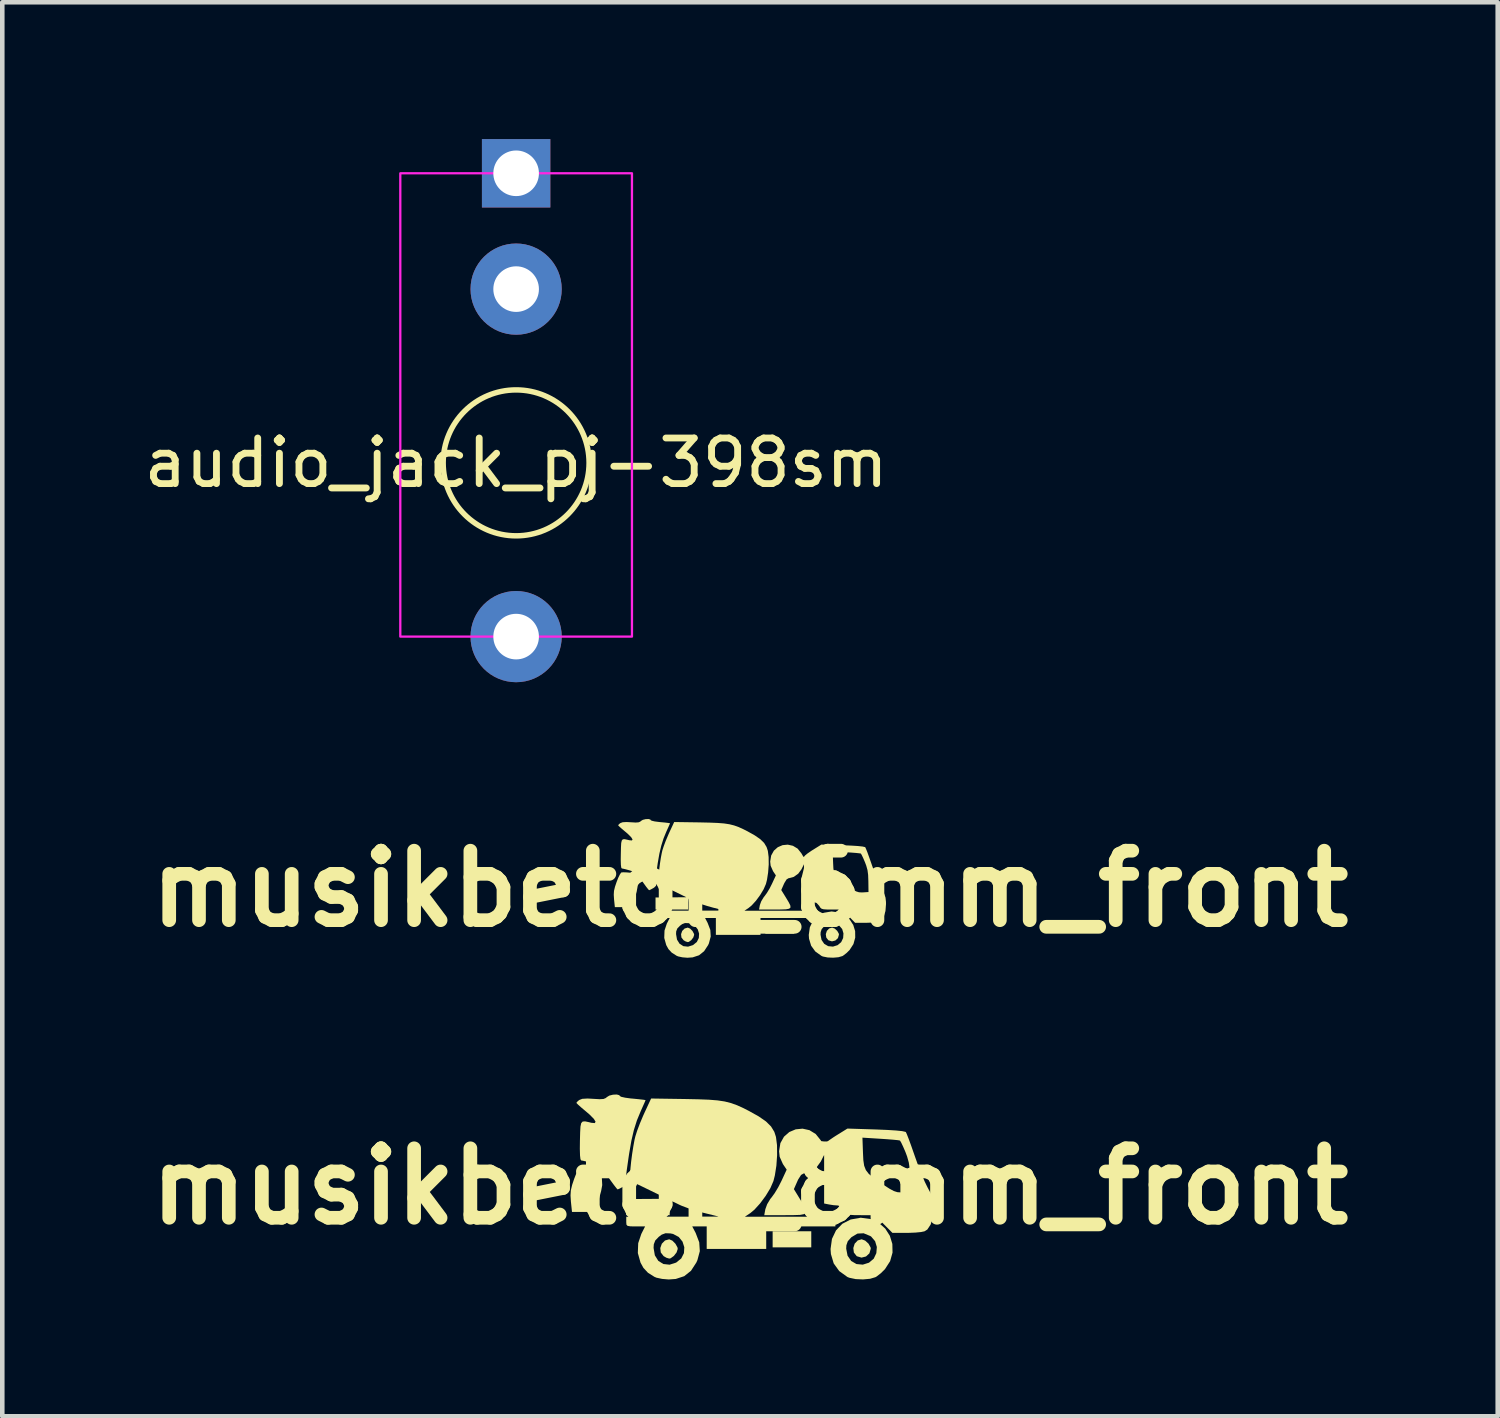
<source format=kicad_pcb>
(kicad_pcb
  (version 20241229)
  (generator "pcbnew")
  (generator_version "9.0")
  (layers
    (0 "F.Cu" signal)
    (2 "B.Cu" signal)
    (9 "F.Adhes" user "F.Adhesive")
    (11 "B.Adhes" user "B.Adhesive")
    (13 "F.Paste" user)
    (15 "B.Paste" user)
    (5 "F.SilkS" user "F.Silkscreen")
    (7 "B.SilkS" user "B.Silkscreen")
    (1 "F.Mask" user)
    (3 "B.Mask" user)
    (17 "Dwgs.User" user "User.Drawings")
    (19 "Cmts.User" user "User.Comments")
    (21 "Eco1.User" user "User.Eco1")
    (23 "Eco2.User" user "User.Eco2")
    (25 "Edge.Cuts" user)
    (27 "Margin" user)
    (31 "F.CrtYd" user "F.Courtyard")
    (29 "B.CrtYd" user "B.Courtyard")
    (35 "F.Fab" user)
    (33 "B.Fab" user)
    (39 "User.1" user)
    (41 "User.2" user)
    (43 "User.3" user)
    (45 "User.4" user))
  (footprint "audio_jack_pj-398sm"
    (layer "F.Cu")
    (at 8.268 10.91)
    (property "Reference" "audio_jack_pj-398sm" (at 0 -3.81 0) (unlocked yes) (layer "F.SilkS") (effects (font (size 1 1) (thickness 0.15))))
    (attr through_hole)
    (fp_circle (center 0 -3.81) (end 1.6 -3.81) (stroke (width 0.12) (type solid)) (fill no) (layer "F.SilkS"))
    (fp_rect (start -2.54 -10.16) (end 2.54 0) (stroke (width 0.05) (type solid)) (fill no) (layer "F.CrtYd"))
    (pad "S" thru_hole rect (at 0 -10.16) (size 1.5 1.5) (drill 1) (layers "*.Cu" "*.Mask"))
    (pad "T" thru_hole circle (at 0 0) (size 2 2) (drill 1) (layers "*.Cu" "*.Mask"))
    (pad "TN" thru_hole circle (at 0 -7.62) (size 2 2) (drill 1) (layers "*.Cu" "*.Mask")))
  (footprint "musikbeton_6mm_front"
    (layer "F.Cu")
    (at 13.397 16.439)
    (property "Reference" "musikbeton_6mm_front" (at 0 0 0) (layer "F.SilkS") (effects (font (size 1.524 1.524) (thickness 0.3))))
    (attr board_only exclude_from_pos_files exclude_from_bom)
    (fp_poly (pts (xy 0.971 0.985) (xy 0.336 0.985) (xy 0.336 0.72) (xy 0.971 0.72)) (stroke (width 0) (type solid)) (fill yes) (layer "F.SilkS"))
    (fp_poly (pts (xy 1.858 0.874) (xy 1.913 0.925) (xy 1.947 0.986) (xy 1.95 1.006) (xy 1.928 1.083) (xy 1.871 1.135) (xy 1.797 1.154) (xy 1.722 1.131) (xy 1.718 1.129) (xy 1.672 1.07) (xy 1.662 0.996) (xy 1.685 0.924) (xy 1.735 0.871) (xy 1.8 0.852)) (stroke (width 0) (type solid)) (fill yes) (layer "F.SilkS"))
    (fp_poly (pts (xy -1.314 0.874) (xy -1.263 0.925) (xy -1.23 0.986) (xy -1.225 1.011) (xy -1.244 1.069) (xy -1.289 1.127) (xy -1.342 1.165) (xy -1.365 1.17) (xy -1.411 1.156) (xy -1.457 1.129) (xy -1.504 1.069) (xy -1.512 0.996) (xy -1.487 0.925) (xy -1.434 0.872) (xy -1.365 0.852)) (stroke (width 0) (type solid)) (fill yes) (layer "F.SilkS"))
    (fp_poly (pts (xy -2.699 -0.358) (xy -2.642 -0.353) (xy -2.499 -0.335) (xy -2.475 -0.198) (xy -2.467 -0.039) (xy -2.485 0.059) (xy -2.513 0.163) (xy -2.542 0.27) (xy -2.547 0.29) (xy -2.577 0.403) (xy -2.964 0.403) (xy -2.982 0.23) (xy -2.988 0.131) (xy -2.983 0.047) (xy -2.961 -0.044) (xy -2.928 -0.142) (xy -2.891 -0.238) (xy -2.854 -0.313) (xy -2.826 -0.354) (xy -2.821 -0.357) (xy -2.776 -0.361)) (stroke (width 0) (type solid)) (fill yes) (layer "F.SilkS"))
    (fp_poly (pts (xy 1.948 0.52) (xy 2.081 0.582) (xy 2.188 0.676) (xy 2.264 0.795) (xy 2.305 0.929) (xy 2.307 1.071) (xy 2.268 1.213) (xy 2.183 1.344) (xy 2.116 1.41) (xy 2.046 1.464) (xy 2.027 1.476) (xy 1.938 1.502) (xy 1.823 1.512) (xy 1.702 1.507) (xy 1.598 1.486) (xy 1.566 1.472) (xy 1.431 1.375) (xy 1.34 1.249) (xy 1.294 1.096) (xy 1.288 1.011) (xy 1.289 1.007) (xy 1.546 1.007) (xy 1.568 1.122) (xy 1.627 1.208) (xy 1.714 1.259) (xy 1.819 1.269) (xy 1.921 1.237) (xy 1.999 1.171) (xy 2.042 1.08) (xy 2.049 0.979) (xy 2.021 0.884) (xy 1.956 0.808) (xy 1.942 0.798) (xy 1.832 0.753) (xy 1.731 0.759) (xy 1.635 0.816) (xy 1.629 0.821) (xy 1.572 0.884) (xy 1.549 0.951) (xy 1.546 1.007) (xy 1.289 1.007) (xy 1.312 0.845) (xy 1.378 0.706) (xy 1.482 0.598) (xy 1.618 0.527) (xy 1.781 0.499) (xy 1.791 0.498)) (stroke (width 0) (type solid)) (fill yes) (layer "F.SilkS"))
    (fp_poly (pts (xy -2.186 -1.518) (xy -2.178 -1.504) (xy -2.153 -1.491) (xy -2.089 -1.476) (xy -1.996 -1.464) (xy -1.966 -1.461) (xy -1.868 -1.452) (xy -1.794 -1.443) (xy -1.756 -1.437) (xy -1.754 -1.436) (xy -1.764 -1.411) (xy -1.791 -1.35) (xy -1.829 -1.266) (xy -1.835 -1.253) (xy -1.897 -1.102) (xy -1.946 -0.945) (xy -1.988 -0.768) (xy -2.025 -0.556) (xy -2.034 -0.491) (xy -2.053 -0.359) (xy -2.065 -0.269) (xy -2.072 -0.21) (xy -2.072 -0.173) (xy -2.069 -0.146) (xy -2.061 -0.12) (xy -2.059 -0.113) (xy -2.06 -0.067) (xy -2.102 -0.026) (xy -2.121 -0.014) (xy -2.177 0.017) (xy -2.212 0.032) (xy -2.213 0.032) (xy -2.233 0.012) (xy -2.276 -0.042) (xy -2.333 -0.121) (xy -2.364 -0.165) (xy -2.432 -0.261) (xy -2.484 -0.323) (xy -2.533 -0.361) (xy -2.589 -0.387) (xy -2.641 -0.403) (xy -2.724 -0.426) (xy -2.788 -0.441) (xy -2.811 -0.444) (xy -2.824 -0.464) (xy -2.832 -0.527) (xy -2.835 -0.636) (xy -2.833 -0.768) (xy -2.83 -0.908) (xy -2.825 -1.002) (xy -2.812 -1.058) (xy -2.789 -1.084) (xy -2.749 -1.087) (xy -2.688 -1.074) (xy -2.647 -1.064) (xy -2.59 -1.059) (xy -2.576 -1.081) (xy -2.605 -1.128) (xy -2.675 -1.199) (xy -2.733 -1.249) (xy -2.808 -1.312) (xy -2.864 -1.362) (xy -2.891 -1.39) (xy -2.892 -1.392) (xy -2.874 -1.415) (xy -2.846 -1.438) (xy -2.795 -1.458) (xy -2.709 -1.463) (xy -2.614 -1.458) (xy -2.51 -1.452) (xy -2.446 -1.456) (xy -2.408 -1.471) (xy -2.392 -1.486) (xy -2.351 -1.511) (xy -2.29 -1.526) (xy -2.228 -1.529)) (stroke (width 0) (type solid)) (fill yes) (layer "F.SilkS"))
    (fp_poly (pts (xy -1.107 -1.455) (xy -0.888 -1.45) (xy -0.712 -1.443) (xy -0.57 -1.432) (xy -0.452 -1.414) (xy -0.348 -1.388) (xy -0.248 -1.352) (xy -0.143 -1.304) (xy -0.058 -1.261) (xy 0.106 -1.169) (xy 0.227 -1.085) (xy 0.31 -1.003) (xy 0.363 -0.915) (xy 0.391 -0.83) (xy 0.408 -0.696) (xy 0.41 -0.531) (xy 0.397 -0.358) (xy 0.372 -0.196) (xy 0.349 -0.105) (xy 0.299 0.01) (xy 0.222 0.138) (xy 0.131 0.262) (xy 0.036 0.366) (xy -0.032 0.422) (xy -0.122 0.482) (xy 1.368 0.482) (xy 1.368 0.641) (xy 0.23 0.641) (xy 0.23 1.011) (xy -0.749 1.011) (xy -0.749 0.641) (xy -0.986 0.641) (xy -0.93 0.748) (xy -0.871 0.902) (xy -0.862 1.047) (xy -0.901 1.196) (xy -0.919 1.236) (xy -1.007 1.37) (xy -1.118 1.459) (xy -1.258 1.505) (xy -1.373 1.513) (xy -1.482 1.504) (xy -1.575 1.484) (xy -1.609 1.47) (xy -1.716 1.402) (xy -1.789 1.323) (xy -1.837 1.236) (xy -1.881 1.079) (xy -1.878 0.994) (xy -1.622 0.994) (xy -1.601 1.116) (xy -1.545 1.206) (xy -1.462 1.259) (xy -1.359 1.27) (xy -1.251 1.236) (xy -1.167 1.168) (xy -1.123 1.08) (xy -1.117 0.984) (xy -1.146 0.891) (xy -1.208 0.814) (xy -1.301 0.765) (xy -1.346 0.755) (xy -1.426 0.752) (xy -1.488 0.776) (xy -1.537 0.812) (xy -1.595 0.872) (xy -1.619 0.935) (xy -1.622 0.994) (xy -1.878 0.994) (xy -1.875 0.916) (xy -1.824 0.764) (xy -1.761 0.641) (xy -1.917 0.641) (xy -2.003 0.64) (xy -2.05 0.632) (xy -2.068 0.611) (xy -2.072 0.571) (xy -2.072 0.561) (xy -2.072 0.482) (xy -1.311 0.48) (xy -0.55 0.479) (xy -0.808 0.415) (xy -0.936 0.379) (xy -1.062 0.339) (xy -1.164 0.3) (xy -1.197 0.284) (xy -1.272 0.248) (xy -1.326 0.223) (xy -1.343 0.217) (xy -1.352 0.241) (xy -1.357 0.301) (xy -1.357 0.337) (xy -1.357 0.456) (xy -2.072 0.456) (xy -2.072 0.191) (xy -1.734 0.189) (xy -1.397 0.186) (xy -1.688 0.044) (xy -1.802 -0.011) (xy -1.9 -0.058) (xy -1.97 -0.092) (xy -2.003 -0.107) (xy -2.003 -0.107) (xy -2.011 -0.136) (xy -2.01 -0.205) (xy -2.003 -0.305) (xy -1.991 -0.424) (xy -1.975 -0.551) (xy -1.956 -0.675) (xy -1.935 -0.785) (xy -1.922 -0.841) (xy -1.893 -0.931) (xy -1.849 -1.049) (xy -1.796 -1.174) (xy -1.774 -1.225) (xy -1.663 -1.463)) (stroke (width 0) (type solid)) (fill yes) (layer "F.SilkS"))
    (fp_poly (pts (xy 2.036 -0.954) (xy 2.22 -0.946) (xy 2.365 -0.937) (xy 2.466 -0.926) (xy 2.52 -0.914) (xy 2.527 -0.91) (xy 2.543 -0.875) (xy 2.573 -0.801) (xy 2.611 -0.695) (xy 2.656 -0.568) (xy 2.676 -0.51) (xy 2.729 -0.363) (xy 2.785 -0.22) (xy 2.838 -0.094) (xy 2.883 -0.002) (xy 2.892 0.014) (xy 2.944 0.112) (xy 2.971 0.194) (xy 2.981 0.286) (xy 2.982 0.335) (xy 2.97 0.488) (xy 2.935 0.609) (xy 2.88 0.692) (xy 2.834 0.721) (xy 2.777 0.733) (xy 2.684 0.742) (xy 2.573 0.746) (xy 2.536 0.747) (xy 2.305 0.747) (xy 2.162 0.601) (xy 2.018 0.456) (xy 1.791 0.456) (xy 1.681 0.455) (xy 1.611 0.45) (xy 1.569 0.438) (xy 1.542 0.415) (xy 1.518 0.376) (xy 1.46 0.312) (xy 1.409 0.297) (xy 1.338 0.292) (xy 1.265 0.28) (xy 1.183 0.264) (xy 1.183 -0.136) (xy 1.183 -0.537) (xy 1.128 -0.426) (xy 1.057 -0.33) (xy 0.961 -0.261) (xy 0.857 -0.232) (xy 0.848 -0.232) (xy 0.803 -0.206) (xy 0.755 -0.129) (xy 0.742 -0.102) (xy 0.685 0.028) (xy 0.788 0.195) (xy 0.848 0.295) (xy 0.883 0.365) (xy 0.888 0.411) (xy 0.858 0.438) (xy 0.788 0.451) (xy 0.674 0.455) (xy 0.545 0.456) (xy 0.198 0.456) (xy 0.216 0.357) (xy 0.246 0.275) (xy 0.298 0.189) (xy 0.316 0.166) (xy 0.369 0.094) (xy 0.429 -0.005) (xy 0.482 -0.11) (xy 0.567 -0.293) (xy 0.505 -0.385) (xy 0.452 -0.505) (xy 0.442 -0.597) (xy 0.464 -0.729) (xy 0.523 -0.835) (xy 0.609 -0.911) (xy 0.714 -0.956) (xy 0.828 -0.967) (xy 0.941 -0.942) (xy 1.044 -0.88) (xy 1.127 -0.776) (xy 1.136 -0.76) (xy 1.165 -0.71) (xy 1.181 -0.695) (xy 1.183 -0.7) (xy 1.204 -0.727) (xy 1.26 -0.773) (xy 1.327 -0.819) (xy 1.812 -0.819) (xy 1.822 -0.568) (xy 1.828 -0.447) (xy 1.841 -0.357) (xy 1.869 -0.286) (xy 1.917 -0.224) (xy 1.993 -0.159) (xy 2.105 -0.08) (xy 2.159 -0.043) (xy 2.258 0.021) (xy 2.33 0.059) (xy 2.388 0.077) (xy 2.447 0.081) (xy 2.477 0.08) (xy 2.598 0.072) (xy 2.595 -0.166) (xy 2.59 -0.303) (xy 2.576 -0.409) (xy 2.548 -0.509) (xy 2.52 -0.583) (xy 2.482 -0.672) (xy 2.45 -0.739) (xy 2.431 -0.771) (xy 2.43 -0.772) (xy 2.398 -0.777) (xy 2.325 -0.785) (xy 2.221 -0.793) (xy 2.113 -0.8) (xy 1.812 -0.819) (xy 1.327 -0.819) (xy 1.341 -0.829) (xy 1.374 -0.85) (xy 1.566 -0.969)) (stroke (width 0) (type solid)) (fill yes) (layer "F.SilkS")))
  (footprint "musikbeton_8mm_front"
    (layer "F.Cu")
    (at 13.397 22.965)
    (property "Reference" "musikbeton_8mm_front" (at 0 0 0) (layer "F.SilkS") (effects (font (size 1.524 1.524) (thickness 0.3))))
    (attr board_only exclude_from_pos_files exclude_from_bom)
    (fp_poly (pts (xy 1.343 1.338) (xy 0.496 1.338) (xy 0.496 0.985) (xy 1.343 0.985)) (stroke (width 0) (type solid)) (fill yes) (layer "F.SilkS"))
    (fp_poly (pts (xy 2.525 1.19) (xy 2.599 1.258) (xy 2.644 1.339) (xy 2.648 1.366) (xy 2.618 1.469) (xy 2.543 1.538) (xy 2.445 1.563) (xy 2.344 1.533) (xy 2.338 1.529) (xy 2.277 1.451) (xy 2.265 1.353) (xy 2.295 1.257) (xy 2.362 1.186) (xy 2.448 1.161)) (stroke (width 0) (type solid)) (fill yes) (layer "F.SilkS"))
    (fp_poly (pts (xy -1.704 1.19) (xy -1.636 1.258) (xy -1.591 1.339) (xy -1.585 1.373) (xy -1.611 1.45) (xy -1.671 1.527) (xy -1.742 1.578) (xy -1.772 1.584) (xy -1.833 1.566) (xy -1.895 1.53) (xy -1.957 1.45) (xy -1.968 1.353) (xy -1.934 1.258) (xy -1.864 1.187) (xy -1.772 1.161)) (stroke (width 0) (type solid)) (fill yes) (layer "F.SilkS"))
    (fp_poly (pts (xy -3.551 -0.453) (xy -3.475 -0.446) (xy -3.283 -0.422) (xy -3.252 -0.239) (xy -3.241 -0.028) (xy -3.265 0.103) (xy -3.303 0.241) (xy -3.341 0.384) (xy -3.348 0.411) (xy -3.387 0.561) (xy -3.904 0.561) (xy -3.928 0.332) (xy -3.936 0.199) (xy -3.929 0.087) (xy -3.9 -0.034) (xy -3.856 -0.165) (xy -3.806 -0.293) (xy -3.758 -0.393) (xy -3.72 -0.447) (xy -3.713 -0.451) (xy -3.653 -0.457)) (stroke (width 0) (type solid)) (fill yes) (layer "F.SilkS"))
    (fp_poly (pts (xy 2.645 0.717) (xy 2.823 0.8) (xy 2.965 0.926) (xy 3.066 1.084) (xy 3.121 1.263) (xy 3.125 1.453) (xy 3.072 1.641) (xy 2.959 1.816) (xy 2.869 1.905) (xy 2.776 1.977) (xy 2.75 1.992) (xy 2.633 2.027) (xy 2.478 2.041) (xy 2.317 2.034) (xy 2.179 2.005) (xy 2.136 1.988) (xy 1.956 1.858) (xy 1.835 1.69) (xy 1.774 1.485) (xy 1.766 1.372) (xy 1.767 1.367) (xy 2.109 1.367) (xy 2.139 1.521) (xy 2.218 1.636) (xy 2.334 1.704) (xy 2.473 1.717) (xy 2.609 1.674) (xy 2.713 1.586) (xy 2.77 1.465) (xy 2.781 1.33) (xy 2.743 1.203) (xy 2.657 1.102) (xy 2.637 1.089) (xy 2.491 1.029) (xy 2.356 1.036) (xy 2.227 1.113) (xy 2.22 1.119) (xy 2.144 1.203) (xy 2.113 1.292) (xy 2.109 1.367) (xy 1.767 1.367) (xy 1.797 1.152) (xy 1.886 0.965) (xy 2.024 0.821) (xy 2.206 0.727) (xy 2.422 0.689) (xy 2.436 0.689)) (stroke (width 0) (type solid)) (fill yes) (layer "F.SilkS"))
    (fp_poly (pts (xy -2.866 -1.999) (xy -2.855 -1.981) (xy -2.823 -1.963) (xy -2.737 -1.944) (xy -2.613 -1.927) (xy -2.573 -1.924) (xy -2.442 -1.911) (xy -2.344 -1.9) (xy -2.294 -1.892) (xy -2.291 -1.891) (xy -2.304 -1.857) (xy -2.34 -1.776) (xy -2.39 -1.664) (xy -2.398 -1.646) (xy -2.481 -1.445) (xy -2.547 -1.235) (xy -2.602 -0.999) (xy -2.651 -0.716) (xy -2.664 -0.63) (xy -2.689 -0.454) (xy -2.706 -0.334) (xy -2.714 -0.256) (xy -2.715 -0.206) (xy -2.71 -0.17) (xy -2.7 -0.135) (xy -2.697 -0.126) (xy -2.699 -0.065) (xy -2.754 -0.01) (xy -2.78 0.006) (xy -2.855 0.047) (xy -2.901 0.067) (xy -2.903 0.068) (xy -2.93 0.04) (xy -2.986 -0.032) (xy -3.063 -0.137) (xy -3.104 -0.196) (xy -3.195 -0.323) (xy -3.264 -0.406) (xy -3.329 -0.457) (xy -3.405 -0.492) (xy -3.473 -0.513) (xy -3.584 -0.543) (xy -3.669 -0.563) (xy -3.7 -0.567) (xy -3.718 -0.594) (xy -3.728 -0.678) (xy -3.732 -0.824) (xy -3.73 -1) (xy -3.725 -1.186) (xy -3.718 -1.311) (xy -3.702 -1.386) (xy -3.67 -1.421) (xy -3.617 -1.425) (xy -3.536 -1.408) (xy -3.482 -1.394) (xy -3.405 -1.387) (xy -3.387 -1.417) (xy -3.425 -1.48) (xy -3.518 -1.574) (xy -3.596 -1.641) (xy -3.696 -1.725) (xy -3.771 -1.792) (xy -3.807 -1.828) (xy -3.808 -1.831) (xy -3.783 -1.862) (xy -3.746 -1.893) (xy -3.679 -1.919) (xy -3.564 -1.926) (xy -3.437 -1.919) (xy -3.299 -1.911) (xy -3.213 -1.916) (xy -3.162 -1.937) (xy -3.141 -1.956) (xy -3.086 -1.99) (xy -3.005 -2.01) (xy -2.923 -2.014)) (stroke (width 0) (type solid)) (fill yes) (layer "F.SilkS"))
    (fp_poly (pts (xy -1.427 -1.915) (xy -1.136 -1.909) (xy -0.902 -1.9) (xy -0.713 -1.885) (xy -0.555 -1.861) (xy -0.416 -1.826) (xy -0.283 -1.778) (xy -0.142 -1.714) (xy -0.029 -1.656) (xy 0.19 -1.534) (xy 0.35 -1.423) (xy 0.461 -1.313) (xy 0.533 -1.195) (xy 0.569 -1.083) (xy 0.592 -0.903) (xy 0.594 -0.684) (xy 0.578 -0.453) (xy 0.544 -0.237) (xy 0.513 -0.115) (xy 0.447 0.038) (xy 0.344 0.208) (xy 0.222 0.373) (xy 0.096 0.512) (xy 0.006 0.587) (xy -0.114 0.667) (xy 1.872 0.667) (xy 1.872 0.879) (xy 0.355 0.879) (xy 0.355 1.373) (xy -0.95 1.373) (xy -0.95 0.879) (xy -1.267 0.879) (xy -1.192 1.022) (xy -1.114 1.227) (xy -1.101 1.421) (xy -1.154 1.619) (xy -1.178 1.672) (xy -1.295 1.852) (xy -1.443 1.97) (xy -1.629 2.031) (xy -1.783 2.042) (xy -1.927 2.03) (xy -2.052 2.003) (xy -2.097 1.984) (xy -2.239 1.894) (xy -2.337 1.789) (xy -2.401 1.673) (xy -2.46 1.463) (xy -2.456 1.35) (xy -2.115 1.35) (xy -2.087 1.513) (xy -2.012 1.633) (xy -1.901 1.703) (xy -1.764 1.718) (xy -1.62 1.672) (xy -1.508 1.581) (xy -1.449 1.464) (xy -1.441 1.336) (xy -1.48 1.213) (xy -1.563 1.11) (xy -1.687 1.044) (xy -1.746 1.032) (xy -1.853 1.028) (xy -1.937 1.059) (xy -2.002 1.108) (xy -2.078 1.187) (xy -2.11 1.271) (xy -2.115 1.35) (xy -2.456 1.35) (xy -2.452 1.246) (xy -2.384 1.044) (xy -2.301 0.879) (xy -2.507 0.879) (xy -2.623 0.877) (xy -2.685 0.867) (xy -2.71 0.84) (xy -2.714 0.786) (xy -2.714 0.773) (xy -2.714 0.667) (xy -0.686 0.663) (xy -1.029 0.578) (xy -1.2 0.53) (xy -1.367 0.476) (xy -1.504 0.424) (xy -1.548 0.404) (xy -1.648 0.355) (xy -1.72 0.322) (xy -1.743 0.314) (xy -1.754 0.346) (xy -1.761 0.426) (xy -1.762 0.473) (xy -1.762 0.632) (xy -2.714 0.632) (xy -2.714 0.279) (xy -2.264 0.276) (xy -1.815 0.273) (xy -2.203 0.083) (xy -2.355 0.009) (xy -2.485 -0.053) (xy -2.578 -0.098) (xy -2.623 -0.118) (xy -2.623 -0.118) (xy -2.633 -0.156) (xy -2.632 -0.249) (xy -2.623 -0.382) (xy -2.607 -0.541) (xy -2.585 -0.71) (xy -2.559 -0.876) (xy -2.532 -1.023) (xy -2.514 -1.097) (xy -2.476 -1.217) (xy -2.417 -1.374) (xy -2.347 -1.541) (xy -2.317 -1.608) (xy -2.169 -1.926)) (stroke (width 0) (type solid)) (fill yes) (layer "F.SilkS"))
    (fp_poly (pts (xy 2.763 -1.247) (xy 3.008 -1.237) (xy 3.201 -1.225) (xy 3.336 -1.211) (xy 3.408 -1.195) (xy 3.418 -1.189) (xy 3.439 -1.143) (xy 3.478 -1.043) (xy 3.53 -0.902) (xy 3.589 -0.733) (xy 3.616 -0.656) (xy 3.686 -0.46) (xy 3.761 -0.268) (xy 3.832 -0.101) (xy 3.892 0.022) (xy 3.904 0.044) (xy 3.973 0.174) (xy 4.01 0.283) (xy 4.023 0.406) (xy 4.024 0.471) (xy 4.007 0.676) (xy 3.961 0.837) (xy 3.888 0.947) (xy 3.826 0.986) (xy 3.75 1.002) (xy 3.627 1.014) (xy 3.478 1.02) (xy 3.429 1.02) (xy 3.122 1.02) (xy 2.93 0.826) (xy 2.739 0.632) (xy 2.436 0.632) (xy 2.29 0.631) (xy 2.197 0.625) (xy 2.141 0.609) (xy 2.104 0.577) (xy 2.071 0.526) (xy 1.994 0.441) (xy 1.927 0.42) (xy 1.832 0.413) (xy 1.735 0.398) (xy 1.625 0.376) (xy 1.625 -0.157) (xy 1.625 -0.691) (xy 1.552 -0.544) (xy 1.458 -0.415) (xy 1.329 -0.324) (xy 1.19 -0.285) (xy 1.179 -0.284) (xy 1.119 -0.25) (xy 1.054 -0.147) (xy 1.038 -0.111) (xy 0.962 0.061) (xy 1.099 0.285) (xy 1.179 0.417) (xy 1.226 0.511) (xy 1.232 0.572) (xy 1.192 0.608) (xy 1.099 0.626) (xy 0.947 0.631) (xy 0.774 0.632) (xy 0.312 0.632) (xy 0.336 0.501) (xy 0.376 0.391) (xy 0.445 0.276) (xy 0.47 0.246) (xy 0.54 0.15) (xy 0.62 0.017) (xy 0.691 -0.122) (xy 0.804 -0.366) (xy 0.721 -0.489) (xy 0.65 -0.648) (xy 0.637 -0.771) (xy 0.666 -0.948) (xy 0.745 -1.089) (xy 0.861 -1.191) (xy 1.001 -1.25) (xy 1.152 -1.265) (xy 1.303 -1.232) (xy 1.44 -1.148) (xy 1.551 -1.01) (xy 1.563 -0.988) (xy 1.601 -0.922) (xy 1.623 -0.903) (xy 1.625 -0.909) (xy 1.653 -0.945) (xy 1.728 -1.006) (xy 1.818 -1.068) (xy 2.465 -1.068) (xy 2.477 -0.732) (xy 2.485 -0.572) (xy 2.503 -0.452) (xy 2.54 -0.357) (xy 2.604 -0.274) (xy 2.706 -0.187) (xy 2.854 -0.082) (xy 2.927 -0.033) (xy 3.059 0.052) (xy 3.154 0.103) (xy 3.232 0.128) (xy 3.311 0.133) (xy 3.35 0.131) (xy 3.512 0.12) (xy 3.508 -0.197) (xy 3.502 -0.379) (xy 3.482 -0.521) (xy 3.445 -0.654) (xy 3.408 -0.753) (xy 3.357 -0.871) (xy 3.315 -0.96) (xy 3.289 -1.003) (xy 3.288 -1.004) (xy 3.246 -1.012) (xy 3.148 -1.022) (xy 3.01 -1.033) (xy 2.865 -1.043) (xy 2.465 -1.068) (xy 1.818 -1.068) (xy 1.836 -1.08) (xy 1.881 -1.109) (xy 2.136 -1.267)) (stroke (width 0) (type solid)) (fill yes) (layer "F.SilkS")))
  (gr_rect
    (start -3 -3)
    (end 29.793 28.007)
    (stroke (width 0.1) (type default))
    (fill no)
    (layer "Edge.Cuts")))
</source>
